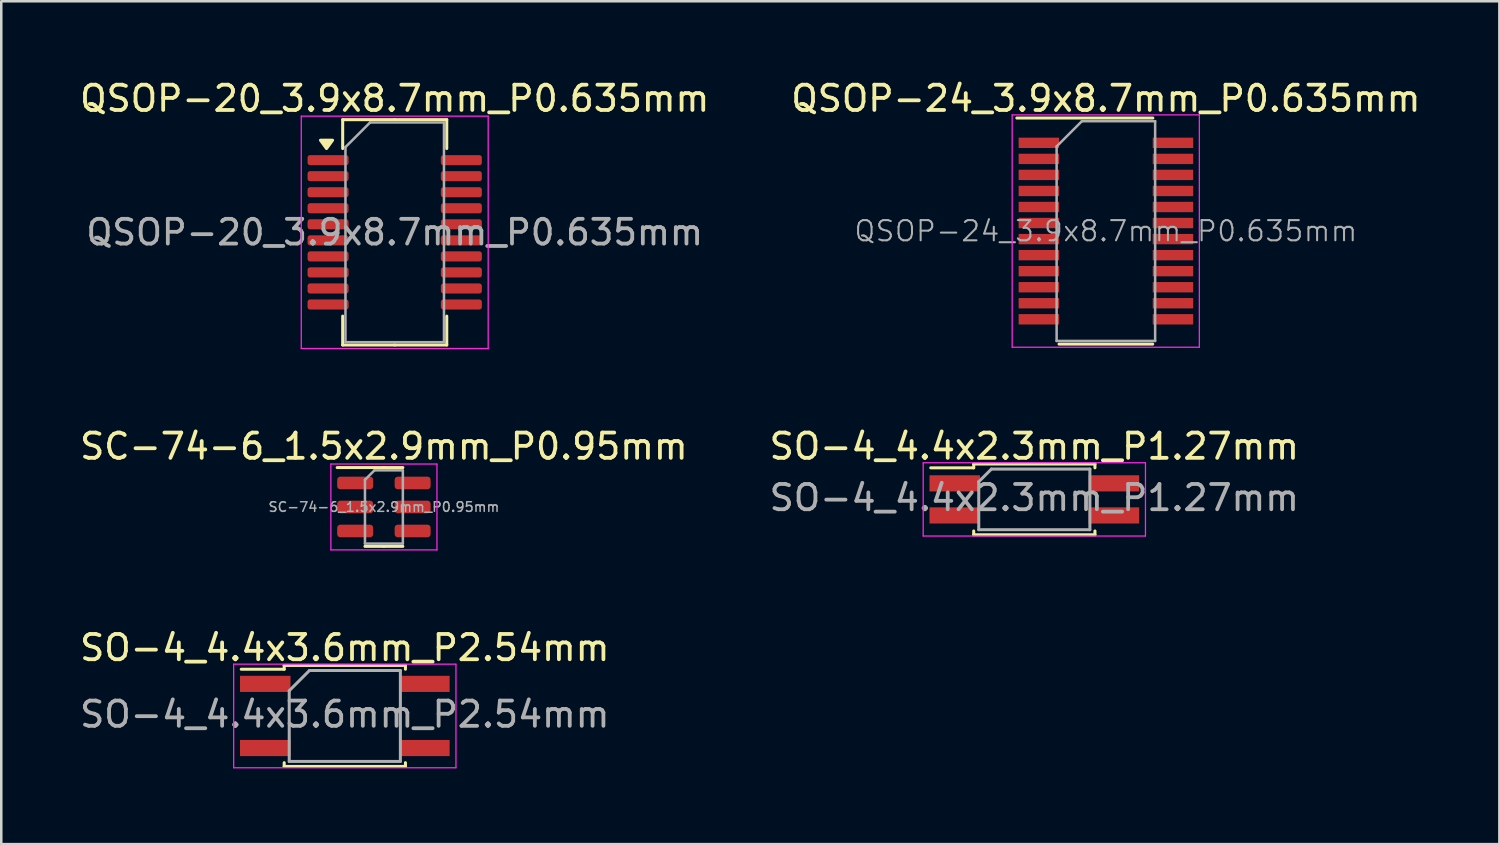
<source format=kicad_pcb>
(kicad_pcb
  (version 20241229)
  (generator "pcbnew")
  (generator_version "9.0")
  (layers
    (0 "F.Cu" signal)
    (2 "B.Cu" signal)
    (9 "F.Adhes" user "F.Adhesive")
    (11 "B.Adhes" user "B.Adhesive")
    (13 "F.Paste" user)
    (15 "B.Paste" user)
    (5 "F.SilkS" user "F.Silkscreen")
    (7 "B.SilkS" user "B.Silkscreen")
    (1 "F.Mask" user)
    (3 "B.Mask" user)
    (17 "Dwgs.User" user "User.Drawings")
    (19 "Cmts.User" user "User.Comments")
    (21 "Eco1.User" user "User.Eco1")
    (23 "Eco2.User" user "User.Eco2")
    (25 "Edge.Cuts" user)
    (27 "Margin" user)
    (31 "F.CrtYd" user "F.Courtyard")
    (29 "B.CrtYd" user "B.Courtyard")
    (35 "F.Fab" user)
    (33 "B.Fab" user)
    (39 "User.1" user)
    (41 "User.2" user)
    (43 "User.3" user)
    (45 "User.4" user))
  (footprint "QSOP-20_3.9x8.7mm_P0.635mm"
    (layer "F.Cu")
    (at 12.577 6.148)
    (property "Reference" "QSOP-20_3.9x8.7mm_P0.635mm" (at 0 -5.3 0) (layer "F.SilkS") (effects (font (size 1 1) (thickness 0.15))))
    (attr smd)
    (fp_line (start -2.06 -4.46) (end -2.06 -3.317) (stroke (width 0.12) (type solid)) (layer "F.SilkS"))
    (fp_line (start -2.06 4.46) (end -2.06 3.317) (stroke (width 0.12) (type solid)) (layer "F.SilkS"))
    (fp_line (start 0 -4.46) (end -2.06 -4.46) (stroke (width 0.12) (type solid)) (layer "F.SilkS"))
    (fp_line (start 0 -4.46) (end 2.06 -4.46) (stroke (width 0.12) (type solid)) (layer "F.SilkS"))
    (fp_line (start 0 4.46) (end -2.06 4.46) (stroke (width 0.12) (type solid)) (layer "F.SilkS"))
    (fp_line (start 0 4.46) (end 2.06 4.46) (stroke (width 0.12) (type solid)) (layer "F.SilkS"))
    (fp_line (start 2.06 -4.46) (end 2.06 -3.317) (stroke (width 0.12) (type solid)) (layer "F.SilkS"))
    (fp_line (start 2.06 4.46) (end 2.06 3.317) (stroke (width 0.12) (type solid)) (layer "F.SilkS"))
    (fp_poly (pts (xy -2.7 -3.317) (xy -2.94 -3.647) (xy -2.46 -3.647) (xy -2.7 -3.317)) (stroke (width 0.12) (type solid)) (fill yes) (layer "F.SilkS"))
    (fp_line (start -3.7 -4.6) (end -3.7 4.6) (stroke (width 0.05) (type solid)) (layer "F.CrtYd"))
    (fp_line (start -3.7 4.6) (end 3.7 4.6) (stroke (width 0.05) (type solid)) (layer "F.CrtYd"))
    (fp_line (start 3.7 -4.6) (end -3.7 -4.6) (stroke (width 0.05) (type solid)) (layer "F.CrtYd"))
    (fp_line (start 3.7 4.6) (end 3.7 -4.6) (stroke (width 0.05) (type solid)) (layer "F.CrtYd"))
    (fp_line (start -1.95 -3.375) (end -0.975 -4.35) (stroke (width 0.1) (type solid)) (layer "F.Fab"))
    (fp_line (start -1.95 4.35) (end -1.95 -3.375) (stroke (width 0.1) (type solid)) (layer "F.Fab"))
    (fp_line (start -0.975 -4.35) (end 1.95 -4.35) (stroke (width 0.1) (type solid)) (layer "F.Fab"))
    (fp_line (start 1.95 -4.35) (end 1.95 4.35) (stroke (width 0.1) (type solid)) (layer "F.Fab"))
    (fp_line (start 1.95 4.35) (end -1.95 4.35) (stroke (width 0.1) (type solid)) (layer "F.Fab"))
    (fp_text user "${REFERENCE}" (at 0 0 0) (layer "F.Fab") (effects (font (size 0.98 0.98) (thickness 0.15))))
    (pad "1" smd roundrect (at -2.638 -2.857) (size 1.625 0.4) (layers "F.Cu" "F.Mask" "F.Paste") (roundrect_rratio 0.25))
    (pad "2" smd roundrect (at -2.638 -2.223) (size 1.625 0.4) (layers "F.Cu" "F.Mask" "F.Paste") (roundrect_rratio 0.25))
    (pad "3" smd roundrect (at -2.638 -1.587) (size 1.625 0.4) (layers "F.Cu" "F.Mask" "F.Paste") (roundrect_rratio 0.25))
    (pad "4" smd roundrect (at -2.638 -0.953) (size 1.625 0.4) (layers "F.Cu" "F.Mask" "F.Paste") (roundrect_rratio 0.25))
    (pad "5" smd roundrect (at -2.638 -0.318) (size 1.625 0.4) (layers "F.Cu" "F.Mask" "F.Paste") (roundrect_rratio 0.25))
    (pad "6" smd roundrect (at -2.638 0.318) (size 1.625 0.4) (layers "F.Cu" "F.Mask" "F.Paste") (roundrect_rratio 0.25))
    (pad "7" smd roundrect (at -2.638 0.953) (size 1.625 0.4) (layers "F.Cu" "F.Mask" "F.Paste") (roundrect_rratio 0.25))
    (pad "8" smd roundrect (at -2.638 1.587) (size 1.625 0.4) (layers "F.Cu" "F.Mask" "F.Paste") (roundrect_rratio 0.25))
    (pad "9" smd roundrect (at -2.638 2.223) (size 1.625 0.4) (layers "F.Cu" "F.Mask" "F.Paste") (roundrect_rratio 0.25))
    (pad "10" smd roundrect (at -2.638 2.857) (size 1.625 0.4) (layers "F.Cu" "F.Mask" "F.Paste") (roundrect_rratio 0.25))
    (pad "11" smd roundrect (at 2.638 2.857) (size 1.625 0.4) (layers "F.Cu" "F.Mask" "F.Paste") (roundrect_rratio 0.25))
    (pad "12" smd roundrect (at 2.638 2.223) (size 1.625 0.4) (layers "F.Cu" "F.Mask" "F.Paste") (roundrect_rratio 0.25))
    (pad "13" smd roundrect (at 2.638 1.587) (size 1.625 0.4) (layers "F.Cu" "F.Mask" "F.Paste") (roundrect_rratio 0.25))
    (pad "14" smd roundrect (at 2.638 0.953) (size 1.625 0.4) (layers "F.Cu" "F.Mask" "F.Paste") (roundrect_rratio 0.25))
    (pad "15" smd roundrect (at 2.638 0.318) (size 1.625 0.4) (layers "F.Cu" "F.Mask" "F.Paste") (roundrect_rratio 0.25))
    (pad "16" smd roundrect (at 2.638 -0.318) (size 1.625 0.4) (layers "F.Cu" "F.Mask" "F.Paste") (roundrect_rratio 0.25))
    (pad "17" smd roundrect (at 2.638 -0.953) (size 1.625 0.4) (layers "F.Cu" "F.Mask" "F.Paste") (roundrect_rratio 0.25))
    (pad "18" smd roundrect (at 2.638 -1.587) (size 1.625 0.4) (layers "F.Cu" "F.Mask" "F.Paste") (roundrect_rratio 0.25))
    (pad "19" smd roundrect (at 2.638 -2.223) (size 1.625 0.4) (layers "F.Cu" "F.Mask" "F.Paste") (roundrect_rratio 0.25))
    (pad "20" smd roundrect (at 2.638 -2.857) (size 1.625 0.4) (layers "F.Cu" "F.Mask" "F.Paste") (roundrect_rratio 0.25)))
  (footprint "SC-74-6_1.5x2.9mm_P0.95mm"
    (layer "F.Cu")
    (at 12.149 17.021)
    (property "Reference" "SC-74-6_1.5x2.9mm_P0.95mm" (at 0 -2.4 0) (layer "F.SilkS") (effects (font (size 1 1) (thickness 0.15))))
    (attr smd)
    (fp_line (start 0 -1.56) (end -1.85 -1.56) (stroke (width 0.12) (type solid)) (layer "F.SilkS"))
    (fp_line (start 0 -1.56) (end 0.75 -1.56) (stroke (width 0.12) (type solid)) (layer "F.SilkS"))
    (fp_line (start 0 1.56) (end -0.75 1.56) (stroke (width 0.12) (type solid)) (layer "F.SilkS"))
    (fp_line (start 0 1.56) (end 0.75 1.56) (stroke (width 0.12) (type solid)) (layer "F.SilkS"))
    (fp_line (start -2.1 -1.7) (end -2.1 1.7) (stroke (width 0.05) (type solid)) (layer "F.CrtYd"))
    (fp_line (start -2.1 1.7) (end 2.1 1.7) (stroke (width 0.05) (type solid)) (layer "F.CrtYd"))
    (fp_line (start 2.1 -1.7) (end -2.1 -1.7) (stroke (width 0.05) (type solid)) (layer "F.CrtYd"))
    (fp_line (start 2.1 1.7) (end 2.1 -1.7) (stroke (width 0.05) (type solid)) (layer "F.CrtYd"))
    (fp_line (start -0.75 -1.075) (end -0.375 -1.45) (stroke (width 0.1) (type solid)) (layer "F.Fab"))
    (fp_line (start -0.75 1.45) (end -0.75 -1.075) (stroke (width 0.1) (type solid)) (layer "F.Fab"))
    (fp_line (start -0.375 -1.45) (end 0.75 -1.45) (stroke (width 0.1) (type solid)) (layer "F.Fab"))
    (fp_line (start 0.75 -1.45) (end 0.75 1.45) (stroke (width 0.1) (type solid)) (layer "F.Fab"))
    (fp_line (start 0.75 1.45) (end -0.75 1.45) (stroke (width 0.1) (type solid)) (layer "F.Fab"))
    (fp_text user "${REFERENCE}" (at 0 0 0) (layer "F.Fab") (effects (font (size 0.38 0.38) (thickness 0.06))))
    (pad "1" smd roundrect (at -1.137 -0.95) (size 1.425 0.5) (layers "F.Cu" "F.Mask" "F.Paste") (roundrect_rratio 0.25))
    (pad "2" smd roundrect (at -1.137 0) (size 1.425 0.5) (layers "F.Cu" "F.Mask" "F.Paste") (roundrect_rratio 0.25))
    (pad "3" smd roundrect (at -1.137 0.95) (size 1.425 0.5) (layers "F.Cu" "F.Mask" "F.Paste") (roundrect_rratio 0.25))
    (pad "4" smd roundrect (at 1.137 0.95) (size 1.425 0.5) (layers "F.Cu" "F.Mask" "F.Paste") (roundrect_rratio 0.25))
    (pad "5" smd roundrect (at 1.137 0) (size 1.425 0.5) (layers "F.Cu" "F.Mask" "F.Paste") (roundrect_rratio 0.25))
    (pad "6" smd roundrect (at 1.137 -0.95) (size 1.425 0.5) (layers "F.Cu" "F.Mask" "F.Paste") (roundrect_rratio 0.25)))
  (footprint "SO-4_4.4x3.6mm_P2.54mm"
    (layer "F.Cu")
    (at 10.601 25.295)
    (property "Reference" "SO-4_4.4x3.6mm_P2.54mm" (at 0 -2.7 0) (layer "F.SilkS") (effects (font (size 1 1) (thickness 0.15))))
    (attr smd)
    (fp_line (start -2.4 -2) (end 2.4 -2) (stroke (width 0.12) (type solid)) (layer "F.SilkS"))
    (fp_line (start -2.4 -1.85) (end -4.1 -1.85) (stroke (width 0.12) (type solid)) (layer "F.SilkS"))
    (fp_line (start -2.4 -1.85) (end -2.4 -2) (stroke (width 0.12) (type solid)) (layer "F.SilkS"))
    (fp_line (start -2.4 2) (end -2.4 1.85) (stroke (width 0.12) (type solid)) (layer "F.SilkS"))
    (fp_line (start 2.4 -2) (end 2.4 -1.85) (stroke (width 0.12) (type solid)) (layer "F.SilkS"))
    (fp_line (start 2.4 1.85) (end 2.4 2) (stroke (width 0.12) (type solid)) (layer "F.SilkS"))
    (fp_line (start 2.4 2) (end -2.4 2) (stroke (width 0.12) (type solid)) (layer "F.SilkS"))
    (fp_line (start -4.4 -2.05) (end -4.4 2.05) (stroke (width 0.05) (type solid)) (layer "F.CrtYd"))
    (fp_line (start -4.4 -2.05) (end 4.4 -2.05) (stroke (width 0.05) (type solid)) (layer "F.CrtYd"))
    (fp_line (start 4.4 2.05) (end -4.4 2.05) (stroke (width 0.05) (type solid)) (layer "F.CrtYd"))
    (fp_line (start 4.4 2.05) (end 4.4 -2.05) (stroke (width 0.05) (type solid)) (layer "F.CrtYd"))
    (fp_line (start -2.2 -1) (end -1.4 -1.8) (stroke (width 0.12) (type solid)) (layer "F.Fab"))
    (fp_line (start -2.2 1.8) (end -2.2 -1) (stroke (width 0.12) (type solid)) (layer "F.Fab"))
    (fp_line (start -1.4 -1.8) (end 2.2 -1.8) (stroke (width 0.12) (type solid)) (layer "F.Fab"))
    (fp_line (start 2.2 -1.8) (end 2.2 1.8) (stroke (width 0.12) (type solid)) (layer "F.Fab"))
    (fp_line (start 2.2 1.8) (end -2.2 1.8) (stroke (width 0.12) (type solid)) (layer "F.Fab"))
    (fp_text user "${REFERENCE}" (at 0 -0.065 0) (layer "F.Fab") (effects (font (size 1 1) (thickness 0.15))))
    (pad "1" smd rect (at -3.15 -1.27) (size 2 0.64) (layers "F.Cu" "F.Mask" "F.Paste"))
    (pad "2" smd rect (at -3.15 1.27) (size 2 0.64) (layers "F.Cu" "F.Mask" "F.Paste"))
    (pad "3" smd rect (at 3.15 1.27) (size 2 0.64) (layers "F.Cu" "F.Mask" "F.Paste"))
    (pad "4" smd rect (at 3.15 -1.27) (size 2 0.64) (layers "F.Cu" "F.Mask" "F.Paste")))
  (footprint "QSOP-24_3.9x8.7mm_P0.635mm"
    (layer "F.Cu")
    (at 40.732 6.098)
    (property "Reference" "QSOP-24_3.9x8.7mm_P0.635mm" (at 0 -5.25 0) (layer "F.SilkS") (effects (font (size 1 1) (thickness 0.15))))
    (attr smd)
    (fp_line (start -3.525 -4.475) (end 1.859 -4.475) (stroke (width 0.12) (type solid)) (layer "F.SilkS"))
    (fp_line (start -1.854 4.475) (end 1.854 4.475) (stroke (width 0.12) (type solid)) (layer "F.SilkS"))
    (fp_line (start -3.71 -4.6) (end -3.71 4.6) (stroke (width 0.05) (type solid)) (layer "F.CrtYd"))
    (fp_line (start -3.71 -4.6) (end 3.7 -4.6) (stroke (width 0.05) (type solid)) (layer "F.CrtYd"))
    (fp_line (start -3.71 4.6) (end 3.7 4.6) (stroke (width 0.05) (type solid)) (layer "F.CrtYd"))
    (fp_line (start 3.7 -4.6) (end 3.7 4.6) (stroke (width 0.05) (type solid)) (layer "F.CrtYd"))
    (fp_line (start -1.95 -3.35) (end -0.95 -4.35) (stroke (width 0.1) (type solid)) (layer "F.Fab"))
    (fp_line (start -1.95 4.35) (end -1.95 -3.35) (stroke (width 0.1) (type solid)) (layer "F.Fab"))
    (fp_line (start -0.95 -4.35) (end 1.95 -4.35) (stroke (width 0.1) (type solid)) (layer "F.Fab"))
    (fp_line (start 1.95 -4.35) (end 1.95 4.35) (stroke (width 0.1) (type solid)) (layer "F.Fab"))
    (fp_line (start 1.95 4.35) (end -1.95 4.35) (stroke (width 0.1) (type solid)) (layer "F.Fab"))
    (fp_text user "${REFERENCE}" (at 0 0 0) (layer "F.Fab") (effects (font (size 0.8 0.8) (thickness 0.08))))
    (pad "1" smd rect (at -2.654 -3.493) (size 1.6 0.41) (layers "F.Cu" "F.Mask" "F.Paste"))
    (pad "2" smd rect (at -2.654 -2.857) (size 1.6 0.41) (layers "F.Cu" "F.Mask" "F.Paste"))
    (pad "3" smd rect (at -2.654 -2.223) (size 1.6 0.41) (layers "F.Cu" "F.Mask" "F.Paste"))
    (pad "4" smd rect (at -2.654 -1.587) (size 1.6 0.41) (layers "F.Cu" "F.Mask" "F.Paste"))
    (pad "5" smd rect (at -2.654 -0.953) (size 1.6 0.41) (layers "F.Cu" "F.Mask" "F.Paste"))
    (pad "6" smd rect (at -2.654 -0.318) (size 1.6 0.41) (layers "F.Cu" "F.Mask" "F.Paste"))
    (pad "7" smd rect (at -2.654 0.318) (size 1.6 0.41) (layers "F.Cu" "F.Mask" "F.Paste"))
    (pad "8" smd rect (at -2.654 0.953) (size 1.6 0.41) (layers "F.Cu" "F.Mask" "F.Paste"))
    (pad "9" smd rect (at -2.654 1.587) (size 1.6 0.41) (layers "F.Cu" "F.Mask" "F.Paste"))
    (pad "10" smd rect (at -2.654 2.223) (size 1.6 0.41) (layers "F.Cu" "F.Mask" "F.Paste"))
    (pad "11" smd rect (at -2.654 2.857) (size 1.6 0.41) (layers "F.Cu" "F.Mask" "F.Paste"))
    (pad "12" smd rect (at -2.654 3.493) (size 1.6 0.41) (layers "F.Cu" "F.Mask" "F.Paste"))
    (pad "13" smd rect (at 2.654 3.493) (size 1.6 0.41) (layers "F.Cu" "F.Mask" "F.Paste"))
    (pad "14" smd rect (at 2.654 2.857) (size 1.6 0.41) (layers "F.Cu" "F.Mask" "F.Paste"))
    (pad "15" smd rect (at 2.654 2.223) (size 1.6 0.41) (layers "F.Cu" "F.Mask" "F.Paste"))
    (pad "16" smd rect (at 2.654 1.587) (size 1.6 0.41) (layers "F.Cu" "F.Mask" "F.Paste"))
    (pad "17" smd rect (at 2.654 0.953) (size 1.6 0.41) (layers "F.Cu" "F.Mask" "F.Paste"))
    (pad "18" smd rect (at 2.654 0.318) (size 1.6 0.41) (layers "F.Cu" "F.Mask" "F.Paste"))
    (pad "19" smd rect (at 2.654 -0.318) (size 1.6 0.41) (layers "F.Cu" "F.Mask" "F.Paste"))
    (pad "20" smd rect (at 2.654 -0.953) (size 1.6 0.41) (layers "F.Cu" "F.Mask" "F.Paste"))
    (pad "21" smd rect (at 2.654 -1.587) (size 1.6 0.41) (layers "F.Cu" "F.Mask" "F.Paste"))
    (pad "22" smd rect (at 2.654 -2.223) (size 1.6 0.41) (layers "F.Cu" "F.Mask" "F.Paste"))
    (pad "23" smd rect (at 2.654 -2.857) (size 1.6 0.41) (layers "F.Cu" "F.Mask" "F.Paste"))
    (pad "24" smd rect (at 2.654 -3.493) (size 1.6 0.41) (layers "F.Cu" "F.Mask" "F.Paste")))
  (footprint "SO-4_4.4x2.3mm_P1.27mm"
    (layer "F.Cu")
    (at 37.899 16.721)
    (property "Reference" "SO-4_4.4x2.3mm_P1.27mm" (at 0 -2.1 0) (layer "F.SilkS") (effects (font (size 1 1) (thickness 0.15))))
    (attr smd)
    (fp_line (start -2.4 -1.4) (end 2.4 -1.4) (stroke (width 0.12) (type solid)) (layer "F.SilkS"))
    (fp_line (start -2.4 -1.25) (end -4.1 -1.25) (stroke (width 0.12) (type solid)) (layer "F.SilkS"))
    (fp_line (start -2.4 -1.25) (end -2.4 -1.4) (stroke (width 0.12) (type solid)) (layer "F.SilkS"))
    (fp_line (start -2.4 1.4) (end -2.4 1.25) (stroke (width 0.12) (type solid)) (layer "F.SilkS"))
    (fp_line (start 2.4 -1.4) (end 2.4 -1.25) (stroke (width 0.12) (type solid)) (layer "F.SilkS"))
    (fp_line (start 2.4 1.25) (end 2.4 1.4) (stroke (width 0.12) (type solid)) (layer "F.SilkS"))
    (fp_line (start 2.4 1.4) (end -2.4 1.4) (stroke (width 0.12) (type solid)) (layer "F.SilkS"))
    (fp_line (start -4.4 -1.45) (end -4.4 1.45) (stroke (width 0.05) (type solid)) (layer "F.CrtYd"))
    (fp_line (start -4.4 -1.45) (end 4.4 -1.45) (stroke (width 0.05) (type solid)) (layer "F.CrtYd"))
    (fp_line (start 4.4 1.45) (end -4.4 1.45) (stroke (width 0.05) (type solid)) (layer "F.CrtYd"))
    (fp_line (start 4.4 1.45) (end 4.4 -1.45) (stroke (width 0.05) (type solid)) (layer "F.CrtYd"))
    (fp_line (start -2.2 -0.7) (end -2.2 1.2) (stroke (width 0.12) (type solid)) (layer "F.Fab"))
    (fp_line (start -2.2 1.2) (end 2.2 1.2) (stroke (width 0.12) (type solid)) (layer "F.Fab"))
    (fp_line (start -1.7 -1.2) (end -2.2 -0.7) (stroke (width 0.12) (type solid)) (layer "F.Fab"))
    (fp_line (start 2.2 -1.2) (end -1.7 -1.2) (stroke (width 0.12) (type solid)) (layer "F.Fab"))
    (fp_line (start 2.2 1.2) (end 2.2 -1.2) (stroke (width 0.12) (type solid)) (layer "F.Fab"))
    (fp_text user "${REFERENCE}" (at 0 -0.065 0) (layer "F.Fab") (effects (font (size 1 1) (thickness 0.15))))
    (pad "1" smd rect (at -3.15 -0.635) (size 2 0.64) (layers "F.Cu" "F.Mask" "F.Paste"))
    (pad "2" smd rect (at -3.15 0.635) (size 2 0.64) (layers "F.Cu" "F.Mask" "F.Paste"))
    (pad "3" smd rect (at 3.15 0.635) (size 2 0.64) (layers "F.Cu" "F.Mask" "F.Paste"))
    (pad "4" smd rect (at 3.15 -0.635) (size 2 0.64) (layers "F.Cu" "F.Mask" "F.Paste")))
  (gr_rect
    (start -3 -3)
    (end 56.31 30.37)
    (stroke (width 0.1) (type default))
    (fill no)
    (layer "Edge.Cuts")))
</source>
